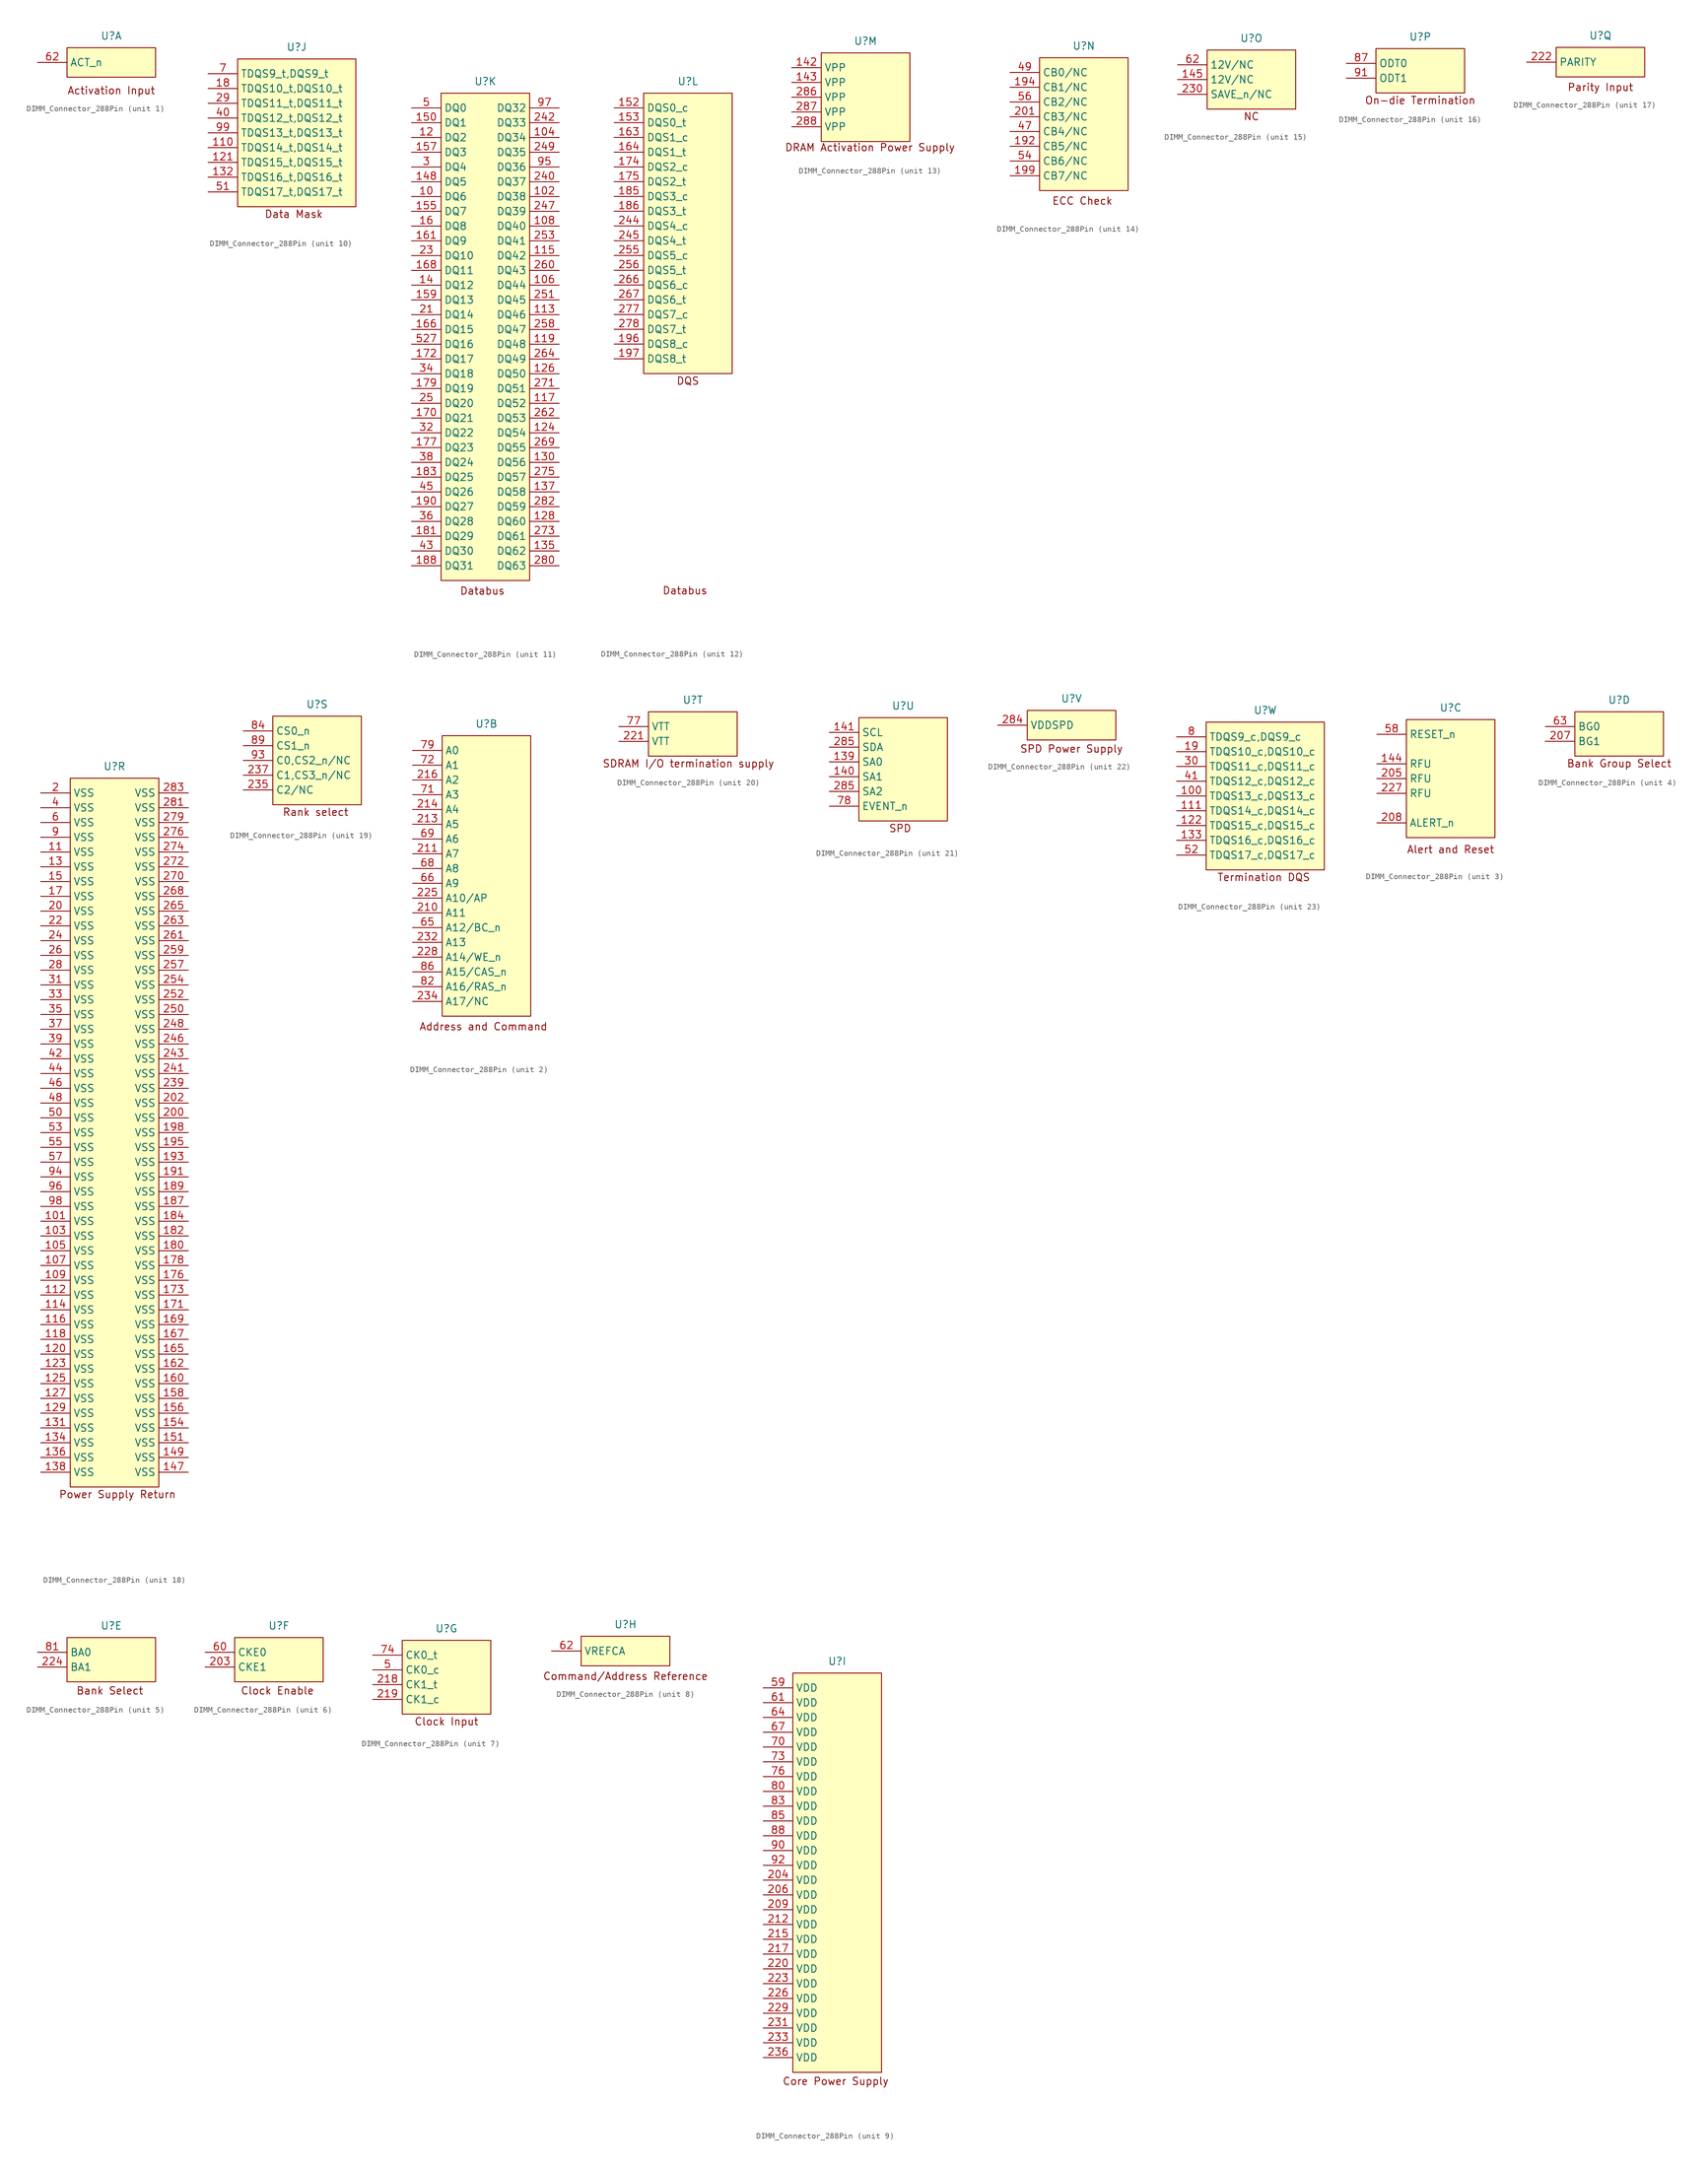
<source format=kicad_sym>
(kicad_symbol_lib
  (version 20241209)
  (generator "kicad_symbol_editor")
  (generator_version "9.0")
  (symbol "DIMM_Connector_288Pin"
    (property "Reference" "U"
      (at 0 4.572 0)
      (effects (font (size 1.27 1.27))))
    (property "Value" ""
      (at 0 0 0)
      (effects (font (size 1.27 1.27))))
    (symbol "DIMM_Connector_288Pin_1_1"
      (rectangle (start -7.62 2.54) (end 7.62 -2.54) (stroke (width 0) (type solid)) (fill (type background)))
      (text "Activation Input" (at 0 -4.826 0) (effects (font (size 1.27 1.27))))
      (pin input line (at -12.7 0 0) (length 5.08) (name "ACT_n" (effects (font (size 1.27 1.27)))) (number "62" (effects (font (size 1.27 1.27))))))
    (symbol "DIMM_Connector_288Pin_2_1"
      (rectangle (start -7.62 2.54) (end 7.62 -45.72) (stroke (width 0) (type solid)) (fill (type background)))
      (text "Address and Command" (at -0.508 -47.498 0) (effects (font (size 1.27 1.27))))
      (pin input line (at -12.7 0 0) (length 5.08) (name "A0" (effects (font (size 1.27 1.27)))) (number "79" (effects (font (size 1.27 1.27)))))
      (pin input line (at -12.7 -2.54 0) (length 5.08) (name "A1" (effects (font (size 1.27 1.27)))) (number "72" (effects (font (size 1.27 1.27)))))
      (pin input line (at -12.7 -5.08 0) (length 5.08) (name "A2" (effects (font (size 1.27 1.27)))) (number "216" (effects (font (size 1.27 1.27)))))
      (pin input line (at -12.7 -7.62 0) (length 5.08) (name "A3" (effects (font (size 1.27 1.27)))) (number "71" (effects (font (size 1.27 1.27)))))
      (pin input line (at -12.7 -10.16 0) (length 5.08) (name "A4" (effects (font (size 1.27 1.27)))) (number "214" (effects (font (size 1.27 1.27)))))
      (pin input line (at -12.7 -12.7 0) (length 5.08) (name "A5" (effects (font (size 1.27 1.27)))) (number "213" (effects (font (size 1.27 1.27)))))
      (pin input line (at -12.7 -15.24 0) (length 5.08) (name "A6" (effects (font (size 1.27 1.27)))) (number "69" (effects (font (size 1.27 1.27)))))
      (pin input line (at -12.7 -17.78 0) (length 5.08) (name "A7" (effects (font (size 1.27 1.27)))) (number "211" (effects (font (size 1.27 1.27)))))
      (pin input line (at -12.7 -20.32 0) (length 5.08) (name "A8" (effects (font (size 1.27 1.27)))) (number "68" (effects (font (size 1.27 1.27)))))
      (pin input line (at -12.7 -22.86 0) (length 5.08) (name "A9" (effects (font (size 1.27 1.27)))) (number "66" (effects (font (size 1.27 1.27)))))
      (pin input line (at -12.7 -25.4 0) (length 5.08) (name "A10/AP" (effects (font (size 1.27 1.27)))) (number "225" (effects (font (size 1.27 1.27)))))
      (pin input line (at -12.7 -27.94 0) (length 5.08) (name "A11" (effects (font (size 1.27 1.27)))) (number "210" (effects (font (size 1.27 1.27)))))
      (pin input line (at -12.7 -30.48 0) (length 5.08) (name "A12/BC_n" (effects (font (size 1.27 1.27)))) (number "65" (effects (font (size 1.27 1.27)))))
      (pin input line (at -12.7 -33.02 0) (length 5.08) (name "A13" (effects (font (size 1.27 1.27)))) (number "232" (effects (font (size 1.27 1.27)))))
      (pin input line (at -12.7 -35.56 0) (length 5.08) (name "A14/WE_n" (effects (font (size 1.27 1.27)))) (number "228" (effects (font (size 1.27 1.27)))))
      (pin input line (at -12.7 -38.1 0) (length 5.08) (name "A15/CAS_n" (effects (font (size 1.27 1.27)))) (number "86" (effects (font (size 1.27 1.27)))))
      (pin input line (at -12.7 -40.64 0) (length 5.08) (name "A16/RAS_n" (effects (font (size 1.27 1.27)))) (number "82" (effects (font (size 1.27 1.27)))))
      (pin input line (at -12.7 -43.18 0) (length 5.08) (name "A17/NC" (effects (font (size 1.27 1.27)))) (number "234" (effects (font (size 1.27 1.27))))))
    (symbol "DIMM_Connector_288Pin_3_1"
      (rectangle (start -7.62 2.54) (end 7.62 -17.78) (stroke (width 0) (type solid)) (fill (type background)))
      (text "Alert and Reset" (at 0 -19.812 0) (effects (font (size 1.27 1.27))))
      (pin input line (at -12.7 0 0) (length 5.08) (name "RESET_n" (effects (font (size 1.27 1.27)))) (number "58" (effects (font (size 1.27 1.27)))))
      (pin passive line (at -12.7 -5.08 0) (length 5.08) (name "RFU" (effects (font (size 1.27 1.27)))) (number "144" (effects (font (size 1.27 1.27)))))
      (pin passive line (at -12.7 -7.62 0) (length 5.08) (name "RFU" (effects (font (size 1.27 1.27)))) (number "205" (effects (font (size 1.27 1.27)))))
      (pin passive line (at -12.7 -10.16 0) (length 5.08) (name "RFU" (effects (font (size 1.27 1.27)))) (number "227" (effects (font (size 1.27 1.27)))))
      (pin output line (at -12.7 -15.24 0) (length 5.08) (name "ALERT_n" (effects (font (size 1.27 1.27)))) (number "208" (effects (font (size 1.27 1.27))))))
    (symbol "DIMM_Connector_288Pin_4_1"
      (rectangle (start -7.62 2.54) (end 7.62 -5.08) (stroke (width 0) (type solid)) (fill (type background)))
      (text "Bank Group Select" (at 0 -6.35 0) (effects (font (size 1.27 1.27))))
      (pin input line (at -12.7 0 0) (length 5.08) (name "BG0" (effects (font (size 1.27 1.27)))) (number "63" (effects (font (size 1.27 1.27)))))
      (pin input line (at -12.7 -2.54 0) (length 5.08) (name "BG1" (effects (font (size 1.27 1.27)))) (number "207" (effects (font (size 1.27 1.27))))))
    (symbol "DIMM_Connector_288Pin_5_1"
      (rectangle (start -7.62 2.54) (end 7.62 -5.08) (stroke (width 0) (type solid)) (fill (type background)))
      (text "Bank Select" (at -0.254 -6.604 0) (effects (font (size 1.27 1.27))))
      (pin input line (at -12.7 0 0) (length 5.08) (name "BA0" (effects (font (size 1.27 1.27)))) (number "81" (effects (font (size 1.27 1.27)))))
      (pin input line (at -12.7 -2.54 0) (length 5.08) (name "BA1" (effects (font (size 1.27 1.27)))) (number "224" (effects (font (size 1.27 1.27))))))
    (symbol "DIMM_Connector_288Pin_6_1"
      (rectangle (start -7.62 2.54) (end 7.62 -5.08) (stroke (width 0) (type solid)) (fill (type background)))
      (text "Clock Enable" (at -0.254 -6.604 0) (effects (font (size 1.27 1.27))))
      (pin input line (at -12.7 0 0) (length 5.08) (name "CKE0" (effects (font (size 1.27 1.27)))) (number "60" (effects (font (size 1.27 1.27)))))
      (pin input line (at -12.7 -2.54 0) (length 5.08) (name "CKE1" (effects (font (size 1.27 1.27)))) (number "203" (effects (font (size 1.27 1.27))))))
    (symbol "DIMM_Connector_288Pin_7_1"
      (rectangle (start -7.62 2.54) (end 7.62 -10.16) (stroke (width 0) (type solid)) (fill (type background)))
      (text "Clock Input" (at 0 -11.43 0) (effects (font (size 1.27 1.27))))
      (pin input line (at -12.7 0 0) (length 5.08) (name "CK0_t" (effects (font (size 1.27 1.27)))) (number "74" (effects (font (size 1.27 1.27)))))
      (pin input line (at -12.7 -2.54 0) (length 5.08) (name "CK0_c" (effects (font (size 1.27 1.27)))) (number "5" (effects (font (size 1.27 1.27)))))
      (pin input line (at -12.7 -5.08 0) (length 5.08) (name "CK1_t" (effects (font (size 1.27 1.27)))) (number "218" (effects (font (size 1.27 1.27)))))
      (pin input line (at -12.7 -7.62 0) (length 5.08) (name "CK1_c" (effects (font (size 1.27 1.27)))) (number "219" (effects (font (size 1.27 1.27))))))
    (symbol "DIMM_Connector_288Pin_8_1"
      (rectangle (start -7.62 2.54) (end 7.62 -2.54) (stroke (width 0) (type solid)) (fill (type background)))
      (text "Command/Address Reference" (at 0 -4.318 0) (effects (font (size 1.27 1.27))))
      (pin power_in line (at -12.7 0 0) (length 5.08) (name "VREFCA" (effects (font (size 1.27 1.27)))) (number "62" (effects (font (size 1.27 1.27))))))
    (symbol "DIMM_Connector_288Pin_9_1"
      (rectangle (start -7.62 2.54) (end 7.62 -66.04) (stroke (width 0) (type solid)) (fill (type background)))
      (text "Core Power Supply" (at -0.254 -67.564 0) (effects (font (size 1.27 1.27))))
      (pin power_in line (at -12.7 0 0) (length 5.08) (name "VDD" (effects (font (size 1.27 1.27)))) (number "59" (effects (font (size 1.27 1.27)))))
      (pin power_in line (at -12.7 -2.54 0) (length 5.08) (name "VDD" (effects (font (size 1.27 1.27)))) (number "61" (effects (font (size 1.27 1.27)))))
      (pin power_in line (at -12.7 -5.08 0) (length 5.08) (name "VDD" (effects (font (size 1.27 1.27)))) (number "64" (effects (font (size 1.27 1.27)))))
      (pin power_in line (at -12.7 -7.62 0) (length 5.08) (name "VDD" (effects (font (size 1.27 1.27)))) (number "67" (effects (font (size 1.27 1.27)))))
      (pin power_in line (at -12.7 -10.16 0) (length 5.08) (name "VDD" (effects (font (size 1.27 1.27)))) (number "70" (effects (font (size 1.27 1.27)))))
      (pin power_in line (at -12.7 -12.7 0) (length 5.08) (name "VDD" (effects (font (size 1.27 1.27)))) (number "73" (effects (font (size 1.27 1.27)))))
      (pin power_in line (at -12.7 -15.24 0) (length 5.08) (name "VDD" (effects (font (size 1.27 1.27)))) (number "76" (effects (font (size 1.27 1.27)))))
      (pin power_in line (at -12.7 -17.78 0) (length 5.08) (name "VDD" (effects (font (size 1.27 1.27)))) (number "80" (effects (font (size 1.27 1.27)))))
      (pin power_in line (at -12.7 -20.32 0) (length 5.08) (name "VDD" (effects (font (size 1.27 1.27)))) (number "83" (effects (font (size 1.27 1.27)))))
      (pin power_in line (at -12.7 -22.86 0) (length 5.08) (name "VDD" (effects (font (size 1.27 1.27)))) (number "85" (effects (font (size 1.27 1.27)))))
      (pin power_in line (at -12.7 -25.4 0) (length 5.08) (name "VDD" (effects (font (size 1.27 1.27)))) (number "88" (effects (font (size 1.27 1.27)))))
      (pin power_in line (at -12.7 -27.94 0) (length 5.08) (name "VDD" (effects (font (size 1.27 1.27)))) (number "90" (effects (font (size 1.27 1.27)))))
      (pin power_in line (at -12.7 -30.48 0) (length 5.08) (name "VDD" (effects (font (size 1.27 1.27)))) (number "92" (effects (font (size 1.27 1.27)))))
      (pin power_in line (at -12.7 -33.02 0) (length 5.08) (name "VDD" (effects (font (size 1.27 1.27)))) (number "204" (effects (font (size 1.27 1.27)))))
      (pin power_in line (at -12.7 -35.56 0) (length 5.08) (name "VDD" (effects (font (size 1.27 1.27)))) (number "206" (effects (font (size 1.27 1.27)))))
      (pin power_in line (at -12.7 -38.1 0) (length 5.08) (name "VDD" (effects (font (size 1.27 1.27)))) (number "209" (effects (font (size 1.27 1.27)))))
      (pin power_in line (at -12.7 -40.64 0) (length 5.08) (name "VDD" (effects (font (size 1.27 1.27)))) (number "212" (effects (font (size 1.27 1.27)))))
      (pin power_in line (at -12.7 -43.18 0) (length 5.08) (name "VDD" (effects (font (size 1.27 1.27)))) (number "215" (effects (font (size 1.27 1.27)))))
      (pin power_in line (at -12.7 -45.72 0) (length 5.08) (name "VDD" (effects (font (size 1.27 1.27)))) (number "217" (effects (font (size 1.27 1.27)))))
      (pin power_in line (at -12.7 -48.26 0) (length 5.08) (name "VDD" (effects (font (size 1.27 1.27)))) (number "220" (effects (font (size 1.27 1.27)))))
      (pin power_in line (at -12.7 -50.8 0) (length 5.08) (name "VDD" (effects (font (size 1.27 1.27)))) (number "223" (effects (font (size 1.27 1.27)))))
      (pin power_in line (at -12.7 -53.34 0) (length 5.08) (name "VDD" (effects (font (size 1.27 1.27)))) (number "226" (effects (font (size 1.27 1.27)))))
      (pin power_in line (at -12.7 -55.88 0) (length 5.08) (name "VDD" (effects (font (size 1.27 1.27)))) (number "229" (effects (font (size 1.27 1.27)))))
      (pin power_in line (at -12.7 -58.42 0) (length 5.08) (name "VDD" (effects (font (size 1.27 1.27)))) (number "231" (effects (font (size 1.27 1.27)))))
      (pin power_in line (at -12.7 -60.96 0) (length 5.08) (name "VDD" (effects (font (size 1.27 1.27)))) (number "233" (effects (font (size 1.27 1.27)))))
      (pin power_in line (at -12.7 -63.5 0) (length 5.08) (name "VDD" (effects (font (size 1.27 1.27)))) (number "236" (effects (font (size 1.27 1.27))))))
    (symbol "DIMM_Connector_288Pin_10_1"
      (rectangle (start -10.16 2.54) (end 10.16 -22.86) (stroke (width 0) (type solid)) (fill (type background)))
      (text "Data Mask" (at -0.508 -24.13 0) (effects (font (size 1.27 1.27))))
      (pin bidirectional line (at -15.24 0 0) (length 5.08) (name "TDQS9_t,DQS9_t" (effects (font (size 1.27 1.27)))) (number "7" (effects (font (size 1.27 1.27)))))
      (pin bidirectional line (at -15.24 -2.54 0) (length 5.08) (name "TDQS10_t,DQS10_t" (effects (font (size 1.27 1.27)))) (number "18" (effects (font (size 1.27 1.27)))))
      (pin bidirectional line (at -15.24 -5.08 0) (length 5.08) (name "TDQS11_t,DQS11_t" (effects (font (size 1.27 1.27)))) (number "29" (effects (font (size 1.27 1.27)))))
      (pin bidirectional line (at -15.24 -7.62 0) (length 5.08) (name "TDQS12_t,DQS12_t" (effects (font (size 1.27 1.27)))) (number "40" (effects (font (size 1.27 1.27)))))
      (pin bidirectional line (at -15.24 -10.16 0) (length 5.08) (name "TDQS13_t,DQS13_t" (effects (font (size 1.27 1.27)))) (number "99" (effects (font (size 1.27 1.27)))))
      (pin bidirectional line (at -15.24 -12.7 0) (length 5.08) (name "TDQS14_t,DQS14_t" (effects (font (size 1.27 1.27)))) (number "110" (effects (font (size 1.27 1.27)))))
      (pin bidirectional line (at -15.24 -15.24 0) (length 5.08) (name "TDQS15_t,DQS15_t" (effects (font (size 1.27 1.27)))) (number "121" (effects (font (size 1.27 1.27)))))
      (pin bidirectional line (at -15.24 -17.78 0) (length 5.08) (name "TDQS16_t,DQS16_t" (effects (font (size 1.27 1.27)))) (number "132" (effects (font (size 1.27 1.27)))))
      (pin bidirectional line (at -15.24 -20.32 0) (length 5.08) (name "TDQS17_t,DQS17_t" (effects (font (size 1.27 1.27)))) (number "51" (effects (font (size 1.27 1.27))))))
    (symbol "DIMM_Connector_288Pin_11_0"
      (pin bidirectional line (at 12.7 -17.78 180) (length 5.08) (name "DQ39" (effects (font (size 1.27 1.27)))) (number "247" (effects (font (size 1.27 1.27))))))
    (symbol "DIMM_Connector_288Pin_11_1"
      (rectangle (start -7.62 2.54) (end 7.62 -81.28) (stroke (width 0) (type solid)) (fill (type background)))
      (text "Databus" (at -0.508 -83.058 0) (effects (font (size 1.27 1.27))))
      (pin bidirectional line (at -12.7 0 0) (length 5.08) (name "DQ0" (effects (font (size 1.27 1.27)))) (number "5" (effects (font (size 1.27 1.27)))))
      (pin bidirectional line (at -12.7 -2.54 0) (length 5.08) (name "DQ1" (effects (font (size 1.27 1.27)))) (number "150" (effects (font (size 1.27 1.27)))))
      (pin bidirectional line (at -12.7 -5.08 0) (length 5.08) (name "DQ2" (effects (font (size 1.27 1.27)))) (number "12" (effects (font (size 1.27 1.27)))))
      (pin bidirectional line (at -12.7 -7.62 0) (length 5.08) (name "DQ3" (effects (font (size 1.27 1.27)))) (number "157" (effects (font (size 1.27 1.27)))))
      (pin bidirectional line (at -12.7 -10.16 0) (length 5.08) (name "DQ4" (effects (font (size 1.27 1.27)))) (number "3" (effects (font (size 1.27 1.27)))))
      (pin bidirectional line (at -12.7 -12.7 0) (length 5.08) (name "DQ5" (effects (font (size 1.27 1.27)))) (number "148" (effects (font (size 1.27 1.27)))))
      (pin bidirectional line (at -12.7 -15.24 0) (length 5.08) (name "DQ6" (effects (font (size 1.27 1.27)))) (number "10" (effects (font (size 1.27 1.27)))))
      (pin bidirectional line (at -12.7 -17.78 0) (length 5.08) (name "DQ7" (effects (font (size 1.27 1.27)))) (number "155" (effects (font (size 1.27 1.27)))))
      (pin bidirectional line (at -12.7 -20.32 0) (length 5.08) (name "DQ8" (effects (font (size 1.27 1.27)))) (number "16" (effects (font (size 1.27 1.27)))))
      (pin bidirectional line (at -12.7 -22.86 0) (length 5.08) (name "DQ9" (effects (font (size 1.27 1.27)))) (number "161" (effects (font (size 1.27 1.27)))))
      (pin bidirectional line (at -12.7 -25.4 0) (length 5.08) (name "DQ10" (effects (font (size 1.27 1.27)))) (number "23" (effects (font (size 1.27 1.27)))))
      (pin bidirectional line (at -12.7 -27.94 0) (length 5.08) (name "DQ11" (effects (font (size 1.27 1.27)))) (number "168" (effects (font (size 1.27 1.27)))))
      (pin bidirectional line (at -12.7 -30.48 0) (length 5.08) (name "DQ12" (effects (font (size 1.27 1.27)))) (number "14" (effects (font (size 1.27 1.27)))))
      (pin bidirectional line (at -12.7 -33.02 0) (length 5.08) (name "DQ13" (effects (font (size 1.27 1.27)))) (number "159" (effects (font (size 1.27 1.27)))))
      (pin bidirectional line (at -12.7 -35.56 0) (length 5.08) (name "DQ14" (effects (font (size 1.27 1.27)))) (number "21" (effects (font (size 1.27 1.27)))))
      (pin bidirectional line (at -12.7 -38.1 0) (length 5.08) (name "DQ15" (effects (font (size 1.27 1.27)))) (number "166" (effects (font (size 1.27 1.27)))))
      (pin bidirectional line (at -12.7 -40.64 0) (length 5.08) (name "DQ16" (effects (font (size 1.27 1.27)))) (number "527" (effects (font (size 1.27 1.27)))))
      (pin bidirectional line (at -12.7 -43.18 0) (length 5.08) (name "DQ17" (effects (font (size 1.27 1.27)))) (number "172" (effects (font (size 1.27 1.27)))))
      (pin bidirectional line (at -12.7 -45.72 0) (length 5.08) (name "DQ18" (effects (font (size 1.27 1.27)))) (number "34" (effects (font (size 1.27 1.27)))))
      (pin bidirectional line (at -12.7 -48.26 0) (length 5.08) (name "DQ19" (effects (font (size 1.27 1.27)))) (number "179" (effects (font (size 1.27 1.27)))))
      (pin bidirectional line (at -12.7 -50.8 0) (length 5.08) (name "DQ20" (effects (font (size 1.27 1.27)))) (number "25" (effects (font (size 1.27 1.27)))))
      (pin bidirectional line (at -12.7 -53.34 0) (length 5.08) (name "DQ21" (effects (font (size 1.27 1.27)))) (number "170" (effects (font (size 1.27 1.27)))))
      (pin bidirectional line (at -12.7 -55.88 0) (length 5.08) (name "DQ22" (effects (font (size 1.27 1.27)))) (number "32" (effects (font (size 1.27 1.27)))))
      (pin bidirectional line (at -12.7 -58.42 0) (length 5.08) (name "DQ23" (effects (font (size 1.27 1.27)))) (number "177" (effects (font (size 1.27 1.27)))))
      (pin bidirectional line (at -12.7 -60.96 0) (length 5.08) (name "DQ24" (effects (font (size 1.27 1.27)))) (number "38" (effects (font (size 1.27 1.27)))))
      (pin bidirectional line (at -12.7 -63.5 0) (length 5.08) (name "DQ25" (effects (font (size 1.27 1.27)))) (number "183" (effects (font (size 1.27 1.27)))))
      (pin bidirectional line (at -12.7 -66.04 0) (length 5.08) (name "DQ26" (effects (font (size 1.27 1.27)))) (number "45" (effects (font (size 1.27 1.27)))))
      (pin bidirectional line (at -12.7 -68.58 0) (length 5.08) (name "DQ27" (effects (font (size 1.27 1.27)))) (number "190" (effects (font (size 1.27 1.27)))))
      (pin bidirectional line (at -12.7 -71.12 0) (length 5.08) (name "DQ28" (effects (font (size 1.27 1.27)))) (number "36" (effects (font (size 1.27 1.27)))))
      (pin bidirectional line (at -12.7 -73.66 0) (length 5.08) (name "DQ29" (effects (font (size 1.27 1.27)))) (number "181" (effects (font (size 1.27 1.27)))))
      (pin bidirectional line (at -12.7 -76.2 0) (length 5.08) (name "DQ30" (effects (font (size 1.27 1.27)))) (number "43" (effects (font (size 1.27 1.27)))))
      (pin bidirectional line (at -12.7 -78.74 0) (length 5.08) (name "DQ31" (effects (font (size 1.27 1.27)))) (number "188" (effects (font (size 1.27 1.27)))))
      (pin bidirectional line (at 12.7 0 180) (length 5.08) (name "DQ32" (effects (font (size 1.27 1.27)))) (number "97" (effects (font (size 1.27 1.27)))))
      (pin bidirectional line (at 12.7 -2.54 180) (length 5.08) (name "DQ33" (effects (font (size 1.27 1.27)))) (number "242" (effects (font (size 1.27 1.27)))))
      (pin bidirectional line (at 12.7 -5.08 180) (length 5.08) (name "DQ34" (effects (font (size 1.27 1.27)))) (number "104" (effects (font (size 1.27 1.27)))))
      (pin bidirectional line (at 12.7 -7.62 180) (length 5.08) (name "DQ35" (effects (font (size 1.27 1.27)))) (number "249" (effects (font (size 1.27 1.27)))))
      (pin bidirectional line (at 12.7 -10.16 180) (length 5.08) (name "DQ36" (effects (font (size 1.27 1.27)))) (number "95" (effects (font (size 1.27 1.27)))))
      (pin bidirectional line (at 12.7 -12.7 180) (length 5.08) (name "DQ37" (effects (font (size 1.27 1.27)))) (number "240" (effects (font (size 1.27 1.27)))))
      (pin bidirectional line (at 12.7 -15.24 180) (length 5.08) (name "DQ38" (effects (font (size 1.27 1.27)))) (number "102" (effects (font (size 1.27 1.27)))))
      (pin bidirectional line (at 12.7 -20.32 180) (length 5.08) (name "DQ40" (effects (font (size 1.27 1.27)))) (number "108" (effects (font (size 1.27 1.27)))))
      (pin bidirectional line (at 12.7 -22.86 180) (length 5.08) (name "DQ41" (effects (font (size 1.27 1.27)))) (number "253" (effects (font (size 1.27 1.27)))))
      (pin bidirectional line (at 12.7 -25.4 180) (length 5.08) (name "DQ42" (effects (font (size 1.27 1.27)))) (number "115" (effects (font (size 1.27 1.27)))))
      (pin bidirectional line (at 12.7 -27.94 180) (length 5.08) (name "DQ43" (effects (font (size 1.27 1.27)))) (number "260" (effects (font (size 1.27 1.27)))))
      (pin bidirectional line (at 12.7 -30.48 180) (length 5.08) (name "DQ44" (effects (font (size 1.27 1.27)))) (number "106" (effects (font (size 1.27 1.27)))))
      (pin bidirectional line (at 12.7 -33.02 180) (length 5.08) (name "DQ45" (effects (font (size 1.27 1.27)))) (number "251" (effects (font (size 1.27 1.27)))))
      (pin bidirectional line (at 12.7 -35.56 180) (length 5.08) (name "DQ46" (effects (font (size 1.27 1.27)))) (number "113" (effects (font (size 1.27 1.27)))))
      (pin bidirectional line (at 12.7 -38.1 180) (length 5.08) (name "DQ47" (effects (font (size 1.27 1.27)))) (number "258" (effects (font (size 1.27 1.27)))))
      (pin bidirectional line (at 12.7 -40.64 180) (length 5.08) (name "DQ48" (effects (font (size 1.27 1.27)))) (number "119" (effects (font (size 1.27 1.27)))))
      (pin bidirectional line (at 12.7 -43.18 180) (length 5.08) (name "DQ49" (effects (font (size 1.27 1.27)))) (number "264" (effects (font (size 1.27 1.27)))))
      (pin bidirectional line (at 12.7 -45.72 180) (length 5.08) (name "DQ50" (effects (font (size 1.27 1.27)))) (number "126" (effects (font (size 1.27 1.27)))))
      (pin bidirectional line (at 12.7 -48.26 180) (length 5.08) (name "DQ51" (effects (font (size 1.27 1.27)))) (number "271" (effects (font (size 1.27 1.27)))))
      (pin bidirectional line (at 12.7 -50.8 180) (length 5.08) (name "DQ52" (effects (font (size 1.27 1.27)))) (number "117" (effects (font (size 1.27 1.27)))))
      (pin bidirectional line (at 12.7 -53.34 180) (length 5.08) (name "DQ53" (effects (font (size 1.27 1.27)))) (number "262" (effects (font (size 1.27 1.27)))))
      (pin bidirectional line (at 12.7 -55.88 180) (length 5.08) (name "DQ54" (effects (font (size 1.27 1.27)))) (number "124" (effects (font (size 1.27 1.27)))))
      (pin bidirectional line (at 12.7 -58.42 180) (length 5.08) (name "DQ55" (effects (font (size 1.27 1.27)))) (number "269" (effects (font (size 1.27 1.27)))))
      (pin bidirectional line (at 12.7 -60.96 180) (length 5.08) (name "DQ56" (effects (font (size 1.27 1.27)))) (number "130" (effects (font (size 1.27 1.27)))))
      (pin bidirectional line (at 12.7 -63.5 180) (length 5.08) (name "DQ57" (effects (font (size 1.27 1.27)))) (number "275" (effects (font (size 1.27 1.27)))))
      (pin bidirectional line (at 12.7 -66.04 180) (length 5.08) (name "DQ58" (effects (font (size 1.27 1.27)))) (number "137" (effects (font (size 1.27 1.27)))))
      (pin bidirectional line (at 12.7 -68.58 180) (length 5.08) (name "DQ59" (effects (font (size 1.27 1.27)))) (number "282" (effects (font (size 1.27 1.27)))))
      (pin bidirectional line (at 12.7 -71.12 180) (length 5.08) (name "DQ60" (effects (font (size 1.27 1.27)))) (number "128" (effects (font (size 1.27 1.27)))))
      (pin bidirectional line (at 12.7 -73.66 180) (length 5.08) (name "DQ61" (effects (font (size 1.27 1.27)))) (number "273" (effects (font (size 1.27 1.27)))))
      (pin bidirectional line (at 12.7 -76.2 180) (length 5.08) (name "DQ62" (effects (font (size 1.27 1.27)))) (number "135" (effects (font (size 1.27 1.27)))))
      (pin bidirectional line (at 12.7 -78.74 180) (length 5.08) (name "DQ63" (effects (font (size 1.27 1.27)))) (number "280" (effects (font (size 1.27 1.27))))))
    (symbol "DIMM_Connector_288Pin_12_1"
      (rectangle (start -7.62 2.54) (end 7.62 -45.72) (stroke (width 0) (type solid)) (fill (type background)))
      (text "Databus" (at -0.508 -83.058 0) (effects (font (size 1.27 1.27))))
      (text "DQS" (at 0 -46.99 0) (effects (font (size 1.27 1.27))))
      (pin input line (at -12.7 0 0) (length 5.08) (name "DQS0_c" (effects (font (size 1.27 1.27)))) (number "152" (effects (font (size 1.27 1.27)))))
      (pin input line (at -12.7 -2.54 0) (length 5.08) (name "DQS0_t" (effects (font (size 1.27 1.27)))) (number "153" (effects (font (size 1.27 1.27)))))
      (pin input line (at -12.7 -5.08 0) (length 5.08) (name "DQS1_c" (effects (font (size 1.27 1.27)))) (number "163" (effects (font (size 1.27 1.27)))))
      (pin input line (at -12.7 -7.62 0) (length 5.08) (name "DQS1_t" (effects (font (size 1.27 1.27)))) (number "164" (effects (font (size 1.27 1.27)))))
      (pin input line (at -12.7 -10.16 0) (length 5.08) (name "DQS2_c" (effects (font (size 1.27 1.27)))) (number "174" (effects (font (size 1.27 1.27)))))
      (pin input line (at -12.7 -12.7 0) (length 5.08) (name "DQS2_t" (effects (font (size 1.27 1.27)))) (number "175" (effects (font (size 1.27 1.27)))))
      (pin input line (at -12.7 -15.24 0) (length 5.08) (name "DQS3_c" (effects (font (size 1.27 1.27)))) (number "185" (effects (font (size 1.27 1.27)))))
      (pin input line (at -12.7 -17.78 0) (length 5.08) (name "DQS3_t" (effects (font (size 1.27 1.27)))) (number "186" (effects (font (size 1.27 1.27)))))
      (pin input line (at -12.7 -20.32 0) (length 5.08) (name "DQS4_c" (effects (font (size 1.27 1.27)))) (number "244" (effects (font (size 1.27 1.27)))))
      (pin input line (at -12.7 -22.86 0) (length 5.08) (name "DQS4_t" (effects (font (size 1.27 1.27)))) (number "245" (effects (font (size 1.27 1.27)))))
      (pin input line (at -12.7 -25.4 0) (length 5.08) (name "DQS5_c" (effects (font (size 1.27 1.27)))) (number "255" (effects (font (size 1.27 1.27)))))
      (pin input line (at -12.7 -27.94 0) (length 5.08) (name "DQS5_t" (effects (font (size 1.27 1.27)))) (number "256" (effects (font (size 1.27 1.27)))))
      (pin input line (at -12.7 -30.48 0) (length 5.08) (name "DQS6_c" (effects (font (size 1.27 1.27)))) (number "266" (effects (font (size 1.27 1.27)))))
      (pin input line (at -12.7 -33.02 0) (length 5.08) (name "DQS6_t" (effects (font (size 1.27 1.27)))) (number "267" (effects (font (size 1.27 1.27)))))
      (pin input line (at -12.7 -35.56 0) (length 5.08) (name "DQS7_c" (effects (font (size 1.27 1.27)))) (number "277" (effects (font (size 1.27 1.27)))))
      (pin input line (at -12.7 -38.1 0) (length 5.08) (name "DQS7_t" (effects (font (size 1.27 1.27)))) (number "278" (effects (font (size 1.27 1.27)))))
      (pin input line (at -12.7 -40.64 0) (length 5.08) (name "DQS8_c" (effects (font (size 1.27 1.27)))) (number "196" (effects (font (size 1.27 1.27)))))
      (pin input line (at -12.7 -43.18 0) (length 5.08) (name "DQS8_t" (effects (font (size 1.27 1.27)))) (number "197" (effects (font (size 1.27 1.27))))))
    (symbol "DIMM_Connector_288Pin_13_1"
      (rectangle (start -7.62 2.54) (end 7.62 -12.7) (stroke (width 0) (type solid)) (fill (type background)))
      (text "DRAM Activation Power Supply" (at 0.762 -13.716 0) (effects (font (size 1.27 1.27))))
      (pin input line (at -12.7 0 0) (length 5.08) (name "VPP" (effects (font (size 1.27 1.27)))) (number "142" (effects (font (size 1.27 1.27)))))
      (pin input line (at -12.7 -2.54 0) (length 5.08) (name "VPP" (effects (font (size 1.27 1.27)))) (number "143" (effects (font (size 1.27 1.27)))))
      (pin input line (at -12.7 -5.08 0) (length 5.08) (name "VPP" (effects (font (size 1.27 1.27)))) (number "286" (effects (font (size 1.27 1.27)))))
      (pin input line (at -12.7 -7.62 0) (length 5.08) (name "VPP" (effects (font (size 1.27 1.27)))) (number "287" (effects (font (size 1.27 1.27)))))
      (pin input line (at -12.7 -10.16 0) (length 5.08) (name "VPP" (effects (font (size 1.27 1.27)))) (number "288" (effects (font (size 1.27 1.27))))))
    (symbol "DIMM_Connector_288Pin_14_1"
      (rectangle (start -7.62 2.54) (end 7.62 -20.32) (stroke (width 0) (type solid)) (fill (type background)))
      (text "ECC Check" (at -0.254 -22.098 0) (effects (font (size 1.27 1.27))))
      (pin input line (at -12.7 0 0) (length 5.08) (name "CB0/NC" (effects (font (size 1.27 1.27)))) (number "49" (effects (font (size 1.27 1.27)))))
      (pin input line (at -12.7 -2.54 0) (length 5.08) (name "CB1/NC" (effects (font (size 1.27 1.27)))) (number "194" (effects (font (size 1.27 1.27)))))
      (pin input line (at -12.7 -5.08 0) (length 5.08) (name "CB2/NC" (effects (font (size 1.27 1.27)))) (number "56" (effects (font (size 1.27 1.27)))))
      (pin input line (at -12.7 -7.62 0) (length 5.08) (name "CB3/NC" (effects (font (size 1.27 1.27)))) (number "201" (effects (font (size 1.27 1.27)))))
      (pin input line (at -12.7 -10.16 0) (length 5.08) (name "CB4/NC" (effects (font (size 1.27 1.27)))) (number "47" (effects (font (size 1.27 1.27)))))
      (pin input line (at -12.7 -12.7 0) (length 5.08) (name "CB5/NC" (effects (font (size 1.27 1.27)))) (number "192" (effects (font (size 1.27 1.27)))))
      (pin input line (at -12.7 -15.24 0) (length 5.08) (name "CB6/NC" (effects (font (size 1.27 1.27)))) (number "54" (effects (font (size 1.27 1.27)))))
      (pin input line (at -12.7 -17.78 0) (length 5.08) (name "CB7/NC" (effects (font (size 1.27 1.27)))) (number "199" (effects (font (size 1.27 1.27))))))
    (symbol "DIMM_Connector_288Pin_15_1"
      (rectangle (start -7.62 2.54) (end 7.62 -7.62) (stroke (width 0) (type solid)) (fill (type background)))
      (text "NC" (at 0 -8.89 0) (effects (font (size 1.27 1.27))))
      (pin input line (at -12.7 0 0) (length 5.08) (name "12V/NC" (effects (font (size 1.27 1.27)))) (number "62" (effects (font (size 1.27 1.27)))))
      (pin input line (at -12.7 -2.54 0) (length 5.08) (name "12V/NC" (effects (font (size 1.27 1.27)))) (number "145" (effects (font (size 1.27 1.27)))))
      (pin input line (at -12.7 -5.08 0) (length 5.08) (name "SAVE_n/NC" (effects (font (size 1.27 1.27)))) (number "230" (effects (font (size 1.27 1.27))))))
    (symbol "DIMM_Connector_288Pin_16_1"
      (rectangle (start -7.62 2.54) (end 7.62 -5.08) (stroke (width 0) (type solid)) (fill (type background)))
      (text "On-die Termination" (at 0 -6.35 0) (effects (font (size 1.27 1.27))))
      (pin input line (at -12.7 0 0) (length 5.08) (name "ODT0" (effects (font (size 1.27 1.27)))) (number "87" (effects (font (size 1.27 1.27)))))
      (pin input line (at -12.7 -2.54 0) (length 5.08) (name "ODT1" (effects (font (size 1.27 1.27)))) (number "91" (effects (font (size 1.27 1.27))))))
    (symbol "DIMM_Connector_288Pin_17_1"
      (rectangle (start -7.62 2.54) (end 7.62 -2.54) (stroke (width 0) (type solid)) (fill (type background)))
      (text "Parity Input" (at 0 -4.318 0) (effects (font (size 1.27 1.27))))
      (pin input line (at -12.7 0 0) (length 5.08) (name "PARITY" (effects (font (size 1.27 1.27)))) (number "222" (effects (font (size 1.27 1.27))))))
    (symbol "DIMM_Connector_288Pin_18_1"
      (rectangle (start -7.62 2.54) (end 7.62 -119.38) (stroke (width 0) (type solid)) (fill (type background)))
      (text "Power Supply Return" (at 0.508 -120.65 0) (effects (font (size 1.27 1.27))))
      (pin power_in line (at -12.7 0 0) (length 5.08) (name "VSS" (effects (font (size 1.27 1.27)))) (number "2" (effects (font (size 1.27 1.27)))))
      (pin power_in line (at -12.7 -2.54 0) (length 5.08) (name "VSS" (effects (font (size 1.27 1.27)))) (number "4" (effects (font (size 1.27 1.27)))))
      (pin power_in line (at -12.7 -5.08 0) (length 5.08) (name "VSS" (effects (font (size 1.27 1.27)))) (number "6" (effects (font (size 1.27 1.27)))))
      (pin power_in line (at -12.7 -7.62 0) (length 5.08) (name "VSS" (effects (font (size 1.27 1.27)))) (number "9" (effects (font (size 1.27 1.27)))))
      (pin power_in line (at -12.7 -10.16 0) (length 5.08) (name "VSS" (effects (font (size 1.27 1.27)))) (number "11" (effects (font (size 1.27 1.27)))))
      (pin power_in line (at -12.7 -12.7 0) (length 5.08) (name "VSS" (effects (font (size 1.27 1.27)))) (number "13" (effects (font (size 1.27 1.27)))))
      (pin power_in line (at -12.7 -15.24 0) (length 5.08) (name "VSS" (effects (font (size 1.27 1.27)))) (number "15" (effects (font (size 1.27 1.27)))))
      (pin power_in line (at -12.7 -17.78 0) (length 5.08) (name "VSS" (effects (font (size 1.27 1.27)))) (number "17" (effects (font (size 1.27 1.27)))))
      (pin power_in line (at -12.7 -20.32 0) (length 5.08) (name "VSS" (effects (font (size 1.27 1.27)))) (number "20" (effects (font (size 1.27 1.27)))))
      (pin power_in line (at -12.7 -22.86 0) (length 5.08) (name "VSS" (effects (font (size 1.27 1.27)))) (number "22" (effects (font (size 1.27 1.27)))))
      (pin power_in line (at -12.7 -25.4 0) (length 5.08) (name "VSS" (effects (font (size 1.27 1.27)))) (number "24" (effects (font (size 1.27 1.27)))))
      (pin power_in line (at -12.7 -27.94 0) (length 5.08) (name "VSS" (effects (font (size 1.27 1.27)))) (number "26" (effects (font (size 1.27 1.27)))))
      (pin power_in line (at -12.7 -30.48 0) (length 5.08) (name "VSS" (effects (font (size 1.27 1.27)))) (number "28" (effects (font (size 1.27 1.27)))))
      (pin power_in line (at -12.7 -33.02 0) (length 5.08) (name "VSS" (effects (font (size 1.27 1.27)))) (number "31" (effects (font (size 1.27 1.27)))))
      (pin power_in line (at -12.7 -35.56 0) (length 5.08) (name "VSS" (effects (font (size 1.27 1.27)))) (number "33" (effects (font (size 1.27 1.27)))))
      (pin power_in line (at -12.7 -38.1 0) (length 5.08) (name "VSS" (effects (font (size 1.27 1.27)))) (number "35" (effects (font (size 1.27 1.27)))))
      (pin power_in line (at -12.7 -40.64 0) (length 5.08) (name "VSS" (effects (font (size 1.27 1.27)))) (number "37" (effects (font (size 1.27 1.27)))))
      (pin power_in line (at -12.7 -43.18 0) (length 5.08) (name "VSS" (effects (font (size 1.27 1.27)))) (number "39" (effects (font (size 1.27 1.27)))))
      (pin power_in line (at -12.7 -45.72 0) (length 5.08) (name "VSS" (effects (font (size 1.27 1.27)))) (number "42" (effects (font (size 1.27 1.27)))))
      (pin power_in line (at -12.7 -48.26 0) (length 5.08) (name "VSS" (effects (font (size 1.27 1.27)))) (number "44" (effects (font (size 1.27 1.27)))))
      (pin power_in line (at -12.7 -50.8 0) (length 5.08) (name "VSS" (effects (font (size 1.27 1.27)))) (number "46" (effects (font (size 1.27 1.27)))))
      (pin power_in line (at -12.7 -53.34 0) (length 5.08) (name "VSS" (effects (font (size 1.27 1.27)))) (number "48" (effects (font (size 1.27 1.27)))))
      (pin power_in line (at -12.7 -55.88 0) (length 5.08) (name "VSS" (effects (font (size 1.27 1.27)))) (number "50" (effects (font (size 1.27 1.27)))))
      (pin power_in line (at -12.7 -58.42 0) (length 5.08) (name "VSS" (effects (font (size 1.27 1.27)))) (number "53" (effects (font (size 1.27 1.27)))))
      (pin power_in line (at -12.7 -60.96 0) (length 5.08) (name "VSS" (effects (font (size 1.27 1.27)))) (number "55" (effects (font (size 1.27 1.27)))))
      (pin power_in line (at -12.7 -63.5 0) (length 5.08) (name "VSS" (effects (font (size 1.27 1.27)))) (number "57" (effects (font (size 1.27 1.27)))))
      (pin power_in line (at -12.7 -66.04 0) (length 5.08) (name "VSS" (effects (font (size 1.27 1.27)))) (number "94" (effects (font (size 1.27 1.27)))))
      (pin power_in line (at -12.7 -68.58 0) (length 5.08) (name "VSS" (effects (font (size 1.27 1.27)))) (number "96" (effects (font (size 1.27 1.27)))))
      (pin power_in line (at -12.7 -71.12 0) (length 5.08) (name "VSS" (effects (font (size 1.27 1.27)))) (number "98" (effects (font (size 1.27 1.27)))))
      (pin power_in line (at -12.7 -73.66 0) (length 5.08) (name "VSS" (effects (font (size 1.27 1.27)))) (number "101" (effects (font (size 1.27 1.27)))))
      (pin power_in line (at -12.7 -76.2 0) (length 5.08) (name "VSS" (effects (font (size 1.27 1.27)))) (number "103" (effects (font (size 1.27 1.27)))))
      (pin power_in line (at -12.7 -78.74 0) (length 5.08) (name "VSS" (effects (font (size 1.27 1.27)))) (number "105" (effects (font (size 1.27 1.27)))))
      (pin power_in line (at -12.7 -81.28 0) (length 5.08) (name "VSS" (effects (font (size 1.27 1.27)))) (number "107" (effects (font (size 1.27 1.27)))))
      (pin power_in line (at -12.7 -83.82 0) (length 5.08) (name "VSS" (effects (font (size 1.27 1.27)))) (number "109" (effects (font (size 1.27 1.27)))))
      (pin power_in line (at -12.7 -86.36 0) (length 5.08) (name "VSS" (effects (font (size 1.27 1.27)))) (number "112" (effects (font (size 1.27 1.27)))))
      (pin power_in line (at -12.7 -88.9 0) (length 5.08) (name "VSS" (effects (font (size 1.27 1.27)))) (number "114" (effects (font (size 1.27 1.27)))))
      (pin power_in line (at -12.7 -91.44 0) (length 5.08) (name "VSS" (effects (font (size 1.27 1.27)))) (number "116" (effects (font (size 1.27 1.27)))))
      (pin power_in line (at -12.7 -93.98 0) (length 5.08) (name "VSS" (effects (font (size 1.27 1.27)))) (number "118" (effects (font (size 1.27 1.27)))))
      (pin power_in line (at -12.7 -96.52 0) (length 5.08) (name "VSS" (effects (font (size 1.27 1.27)))) (number "120" (effects (font (size 1.27 1.27)))))
      (pin power_in line (at -12.7 -99.06 0) (length 5.08) (name "VSS" (effects (font (size 1.27 1.27)))) (number "123" (effects (font (size 1.27 1.27)))))
      (pin power_in line (at -12.7 -101.6 0) (length 5.08) (name "VSS" (effects (font (size 1.27 1.27)))) (number "125" (effects (font (size 1.27 1.27)))))
      (pin power_in line (at -12.7 -104.14 0) (length 5.08) (name "VSS" (effects (font (size 1.27 1.27)))) (number "127" (effects (font (size 1.27 1.27)))))
      (pin power_in line (at -12.7 -106.68 0) (length 5.08) (name "VSS" (effects (font (size 1.27 1.27)))) (number "129" (effects (font (size 1.27 1.27)))))
      (pin power_in line (at -12.7 -109.22 0) (length 5.08) (name "VSS" (effects (font (size 1.27 1.27)))) (number "131" (effects (font (size 1.27 1.27)))))
      (pin power_in line (at -12.7 -111.76 0) (length 5.08) (name "VSS" (effects (font (size 1.27 1.27)))) (number "134" (effects (font (size 1.27 1.27)))))
      (pin power_in line (at -12.7 -114.3 0) (length 5.08) (name "VSS" (effects (font (size 1.27 1.27)))) (number "136" (effects (font (size 1.27 1.27)))))
      (pin power_in line (at -12.7 -116.84 0) (length 5.08) (name "VSS" (effects (font (size 1.27 1.27)))) (number "138" (effects (font (size 1.27 1.27)))))
      (pin power_in line (at 12.7 0 180) (length 5.08) (name "VSS" (effects (font (size 1.27 1.27)))) (number "283" (effects (font (size 1.27 1.27)))))
      (pin power_in line (at 12.7 -2.54 180) (length 5.08) (name "VSS" (effects (font (size 1.27 1.27)))) (number "281" (effects (font (size 1.27 1.27)))))
      (pin power_in line (at 12.7 -5.08 180) (length 5.08) (name "VSS" (effects (font (size 1.27 1.27)))) (number "279" (effects (font (size 1.27 1.27)))))
      (pin power_in line (at 12.7 -7.62 180) (length 5.08) (name "VSS" (effects (font (size 1.27 1.27)))) (number "276" (effects (font (size 1.27 1.27)))))
      (pin power_in line (at 12.7 -10.16 180) (length 5.08) (name "VSS" (effects (font (size 1.27 1.27)))) (number "274" (effects (font (size 1.27 1.27)))))
      (pin power_in line (at 12.7 -12.7 180) (length 5.08) (name "VSS" (effects (font (size 1.27 1.27)))) (number "272" (effects (font (size 1.27 1.27)))))
      (pin power_in line (at 12.7 -15.24 180) (length 5.08) (name "VSS" (effects (font (size 1.27 1.27)))) (number "270" (effects (font (size 1.27 1.27)))))
      (pin power_in line (at 12.7 -17.78 180) (length 5.08) (name "VSS" (effects (font (size 1.27 1.27)))) (number "268" (effects (font (size 1.27 1.27)))))
      (pin power_in line (at 12.7 -20.32 180) (length 5.08) (name "VSS" (effects (font (size 1.27 1.27)))) (number "265" (effects (font (size 1.27 1.27)))))
      (pin power_in line (at 12.7 -22.86 180) (length 5.08) (name "VSS" (effects (font (size 1.27 1.27)))) (number "263" (effects (font (size 1.27 1.27)))))
      (pin power_in line (at 12.7 -25.4 180) (length 5.08) (name "VSS" (effects (font (size 1.27 1.27)))) (number "261" (effects (font (size 1.27 1.27)))))
      (pin power_in line (at 12.7 -27.94 180) (length 5.08) (name "VSS" (effects (font (size 1.27 1.27)))) (number "259" (effects (font (size 1.27 1.27)))))
      (pin power_in line (at 12.7 -30.48 180) (length 5.08) (name "VSS" (effects (font (size 1.27 1.27)))) (number "257" (effects (font (size 1.27 1.27)))))
      (pin power_in line (at 12.7 -33.02 180) (length 5.08) (name "VSS" (effects (font (size 1.27 1.27)))) (number "254" (effects (font (size 1.27 1.27)))))
      (pin power_in line (at 12.7 -35.56 180) (length 5.08) (name "VSS" (effects (font (size 1.27 1.27)))) (number "252" (effects (font (size 1.27 1.27)))))
      (pin power_in line (at 12.7 -38.1 180) (length 5.08) (name "VSS" (effects (font (size 1.27 1.27)))) (number "250" (effects (font (size 1.27 1.27)))))
      (pin power_in line (at 12.7 -40.64 180) (length 5.08) (name "VSS" (effects (font (size 1.27 1.27)))) (number "248" (effects (font (size 1.27 1.27)))))
      (pin power_in line (at 12.7 -43.18 180) (length 5.08) (name "VSS" (effects (font (size 1.27 1.27)))) (number "246" (effects (font (size 1.27 1.27)))))
      (pin power_in line (at 12.7 -45.72 180) (length 5.08) (name "VSS" (effects (font (size 1.27 1.27)))) (number "243" (effects (font (size 1.27 1.27)))))
      (pin power_in line (at 12.7 -48.26 180) (length 5.08) (name "VSS" (effects (font (size 1.27 1.27)))) (number "241" (effects (font (size 1.27 1.27)))))
      (pin power_in line (at 12.7 -50.8 180) (length 5.08) (name "VSS" (effects (font (size 1.27 1.27)))) (number "239" (effects (font (size 1.27 1.27)))))
      (pin power_in line (at 12.7 -53.34 180) (length 5.08) (name "VSS" (effects (font (size 1.27 1.27)))) (number "202" (effects (font (size 1.27 1.27)))))
      (pin power_in line (at 12.7 -55.88 180) (length 5.08) (name "VSS" (effects (font (size 1.27 1.27)))) (number "200" (effects (font (size 1.27 1.27)))))
      (pin power_in line (at 12.7 -58.42 180) (length 5.08) (name "VSS" (effects (font (size 1.27 1.27)))) (number "198" (effects (font (size 1.27 1.27)))))
      (pin power_in line (at 12.7 -60.96 180) (length 5.08) (name "VSS" (effects (font (size 1.27 1.27)))) (number "195" (effects (font (size 1.27 1.27)))))
      (pin power_in line (at 12.7 -63.5 180) (length 5.08) (name "VSS" (effects (font (size 1.27 1.27)))) (number "193" (effects (font (size 1.27 1.27)))))
      (pin power_in line (at 12.7 -66.04 180) (length 5.08) (name "VSS" (effects (font (size 1.27 1.27)))) (number "191" (effects (font (size 1.27 1.27)))))
      (pin power_in line (at 12.7 -68.58 180) (length 5.08) (name "VSS" (effects (font (size 1.27 1.27)))) (number "189" (effects (font (size 1.27 1.27)))))
      (pin power_in line (at 12.7 -71.12 180) (length 5.08) (name "VSS" (effects (font (size 1.27 1.27)))) (number "187" (effects (font (size 1.27 1.27)))))
      (pin power_in line (at 12.7 -73.66 180) (length 5.08) (name "VSS" (effects (font (size 1.27 1.27)))) (number "184" (effects (font (size 1.27 1.27)))))
      (pin power_in line (at 12.7 -76.2 180) (length 5.08) (name "VSS" (effects (font (size 1.27 1.27)))) (number "182" (effects (font (size 1.27 1.27)))))
      (pin power_in line (at 12.7 -78.74 180) (length 5.08) (name "VSS" (effects (font (size 1.27 1.27)))) (number "180" (effects (font (size 1.27 1.27)))))
      (pin power_in line (at 12.7 -81.28 180) (length 5.08) (name "VSS" (effects (font (size 1.27 1.27)))) (number "178" (effects (font (size 1.27 1.27)))))
      (pin power_in line (at 12.7 -83.82 180) (length 5.08) (name "VSS" (effects (font (size 1.27 1.27)))) (number "176" (effects (font (size 1.27 1.27)))))
      (pin power_in line (at 12.7 -86.36 180) (length 5.08) (name "VSS" (effects (font (size 1.27 1.27)))) (number "173" (effects (font (size 1.27 1.27)))))
      (pin power_in line (at 12.7 -88.9 180) (length 5.08) (name "VSS" (effects (font (size 1.27 1.27)))) (number "171" (effects (font (size 1.27 1.27)))))
      (pin power_in line (at 12.7 -91.44 180) (length 5.08) (name "VSS" (effects (font (size 1.27 1.27)))) (number "169" (effects (font (size 1.27 1.27)))))
      (pin power_in line (at 12.7 -93.98 180) (length 5.08) (name "VSS" (effects (font (size 1.27 1.27)))) (number "167" (effects (font (size 1.27 1.27)))))
      (pin power_in line (at 12.7 -96.52 180) (length 5.08) (name "VSS" (effects (font (size 1.27 1.27)))) (number "165" (effects (font (size 1.27 1.27)))))
      (pin power_in line (at 12.7 -99.06 180) (length 5.08) (name "VSS" (effects (font (size 1.27 1.27)))) (number "162" (effects (font (size 1.27 1.27)))))
      (pin power_in line (at 12.7 -101.6 180) (length 5.08) (name "VSS" (effects (font (size 1.27 1.27)))) (number "160" (effects (font (size 1.27 1.27)))))
      (pin power_in line (at 12.7 -104.14 180) (length 5.08) (name "VSS" (effects (font (size 1.27 1.27)))) (number "158" (effects (font (size 1.27 1.27)))))
      (pin power_in line (at 12.7 -106.68 180) (length 5.08) (name "VSS" (effects (font (size 1.27 1.27)))) (number "156" (effects (font (size 1.27 1.27)))))
      (pin power_in line (at 12.7 -109.22 180) (length 5.08) (name "VSS" (effects (font (size 1.27 1.27)))) (number "154" (effects (font (size 1.27 1.27)))))
      (pin power_in line (at 12.7 -111.76 180) (length 5.08) (name "VSS" (effects (font (size 1.27 1.27)))) (number "151" (effects (font (size 1.27 1.27)))))
      (pin power_in line (at 12.7 -114.3 180) (length 5.08) (name "VSS" (effects (font (size 1.27 1.27)))) (number "149" (effects (font (size 1.27 1.27)))))
      (pin power_in line (at 12.7 -116.84 180) (length 5.08) (name "VSS" (effects (font (size 1.27 1.27)))) (number "147" (effects (font (size 1.27 1.27))))))
    (symbol "DIMM_Connector_288Pin_19_1"
      (rectangle (start -7.62 2.54) (end 7.62 -12.7) (stroke (width 0) (type solid)) (fill (type background)))
      (text "Rank select" (at -0.254 -13.97 0) (effects (font (size 1.27 1.27))))
      (pin input line (at -12.7 0 0) (length 5.08) (name "CS0_n" (effects (font (size 1.27 1.27)))) (number "84" (effects (font (size 1.27 1.27)))))
      (pin input line (at -12.7 -2.54 0) (length 5.08) (name "CS1_n" (effects (font (size 1.27 1.27)))) (number "89" (effects (font (size 1.27 1.27)))))
      (pin input line (at -12.7 -5.08 0) (length 5.08) (name "C0,CS2_n/NC" (effects (font (size 1.27 1.27)))) (number "93" (effects (font (size 1.27 1.27)))))
      (pin input line (at -12.7 -7.62 0) (length 5.08) (name "C1,CS3_n/NC" (effects (font (size 1.27 1.27)))) (number "237" (effects (font (size 1.27 1.27)))))
      (pin input line (at -12.7 -10.16 0) (length 5.08) (name "C2/NC" (effects (font (size 1.27 1.27)))) (number "235" (effects (font (size 1.27 1.27))))))
    (symbol "DIMM_Connector_288Pin_20_1"
      (rectangle (start -7.62 2.54) (end 7.62 -5.08) (stroke (width 0) (type solid)) (fill (type background)))
      (text "SDRAM I/O termination supply" (at -0.762 -6.35 0) (effects (font (size 1.27 1.27))))
      (pin power_in line (at -12.7 0 0) (length 5.08) (name "VTT" (effects (font (size 1.27 1.27)))) (number "77" (effects (font (size 1.27 1.27)))))
      (pin power_in line (at -12.7 -2.54 0) (length 5.08) (name "VTT" (effects (font (size 1.27 1.27)))) (number "221" (effects (font (size 1.27 1.27))))))
    (symbol "DIMM_Connector_288Pin_21_1"
      (rectangle (start -7.62 2.54) (end 7.62 -15.24) (stroke (width 0) (type solid)) (fill (type background)))
      (text "SPD\n" (at -0.508 -16.51 0) (effects (font (size 1.27 1.27))))
      (pin input line (at -12.7 0 0) (length 5.08) (name "SCL" (effects (font (size 1.27 1.27)))) (number "141" (effects (font (size 1.27 1.27)))))
      (pin bidirectional line (at -12.7 -2.54 0) (length 5.08) (name "SDA" (effects (font (size 1.27 1.27)))) (number "285" (effects (font (size 1.27 1.27)))))
      (pin input line (at -12.7 -5.08 0) (length 5.08) (name "SA0" (effects (font (size 1.27 1.27)))) (number "139" (effects (font (size 1.27 1.27)))))
      (pin input line (at -12.7 -7.62 0) (length 5.08) (name "SA1" (effects (font (size 1.27 1.27)))) (number "140" (effects (font (size 1.27 1.27)))))
      (pin input line (at -12.7 -10.16 0) (length 5.08) (name "SA2" (effects (font (size 1.27 1.27)))) (number "285" (effects (font (size 1.27 1.27)))))
      (pin input line (at -12.7 -12.7 0) (length 5.08) (name "EVENT_n" (effects (font (size 1.27 1.27)))) (number "78" (effects (font (size 1.27 1.27))))))
    (symbol "DIMM_Connector_288Pin_22_1"
      (rectangle (start -7.62 2.54) (end 7.62 -2.54) (stroke (width 0) (type solid)) (fill (type background)))
      (text "SPD Power Supply\n" (at 0 -4.064 0) (effects (font (size 1.27 1.27))))
      (pin input line (at -12.7 0 0) (length 5.08) (name "VDDSPD" (effects (font (size 1.27 1.27)))) (number "284" (effects (font (size 1.27 1.27))))))
    (symbol "DIMM_Connector_288Pin_23_1"
      (rectangle (start -10.16 2.54) (end 10.16 -22.86) (stroke (width 0) (type solid)) (fill (type background)))
      (text "Termination DQS" (at -0.254 -24.13 0) (effects (font (size 1.27 1.27))))
      (pin output line (at -15.24 0 0) (length 5.08) (name "TDQS9_c,DQS9_c" (effects (font (size 1.27 1.27)))) (number "8" (effects (font (size 1.27 1.27)))))
      (pin output line (at -15.24 -2.54 0) (length 5.08) (name "TDQS10_c,DQS10_c" (effects (font (size 1.27 1.27)))) (number "19" (effects (font (size 1.27 1.27)))))
      (pin output line (at -15.24 -5.08 0) (length 5.08) (name "TDQS11_c,DQS11_c" (effects (font (size 1.27 1.27)))) (number "30" (effects (font (size 1.27 1.27)))))
      (pin output line (at -15.24 -7.62 0) (length 5.08) (name "TDQS12_c,DQS12_c" (effects (font (size 1.27 1.27)))) (number "41" (effects (font (size 1.27 1.27)))))
      (pin output line (at -15.24 -10.16 0) (length 5.08) (name "TDQS13_c,DQS13_c" (effects (font (size 1.27 1.27)))) (number "100" (effects (font (size 1.27 1.27)))))
      (pin output line (at -15.24 -12.7 0) (length 5.08) (name "TDQS14_c,DQS14_c" (effects (font (size 1.27 1.27)))) (number "111" (effects (font (size 1.27 1.27)))))
      (pin output line (at -15.24 -15.24 0) (length 5.08) (name "TDQS15_c,DQS15_c" (effects (font (size 1.27 1.27)))) (number "122" (effects (font (size 1.27 1.27)))))
      (pin output line (at -15.24 -17.78 0) (length 5.08) (name "TDQS16_c,DQS16_c" (effects (font (size 1.27 1.27)))) (number "133" (effects (font (size 1.27 1.27)))))
      (pin output line (at -15.24 -20.32 0) (length 5.08) (name "TDQS17_c,DQS17_c" (effects (font (size 1.27 1.27)))) (number "52" (effects (font (size 1.27 1.27))))))))
</source>
